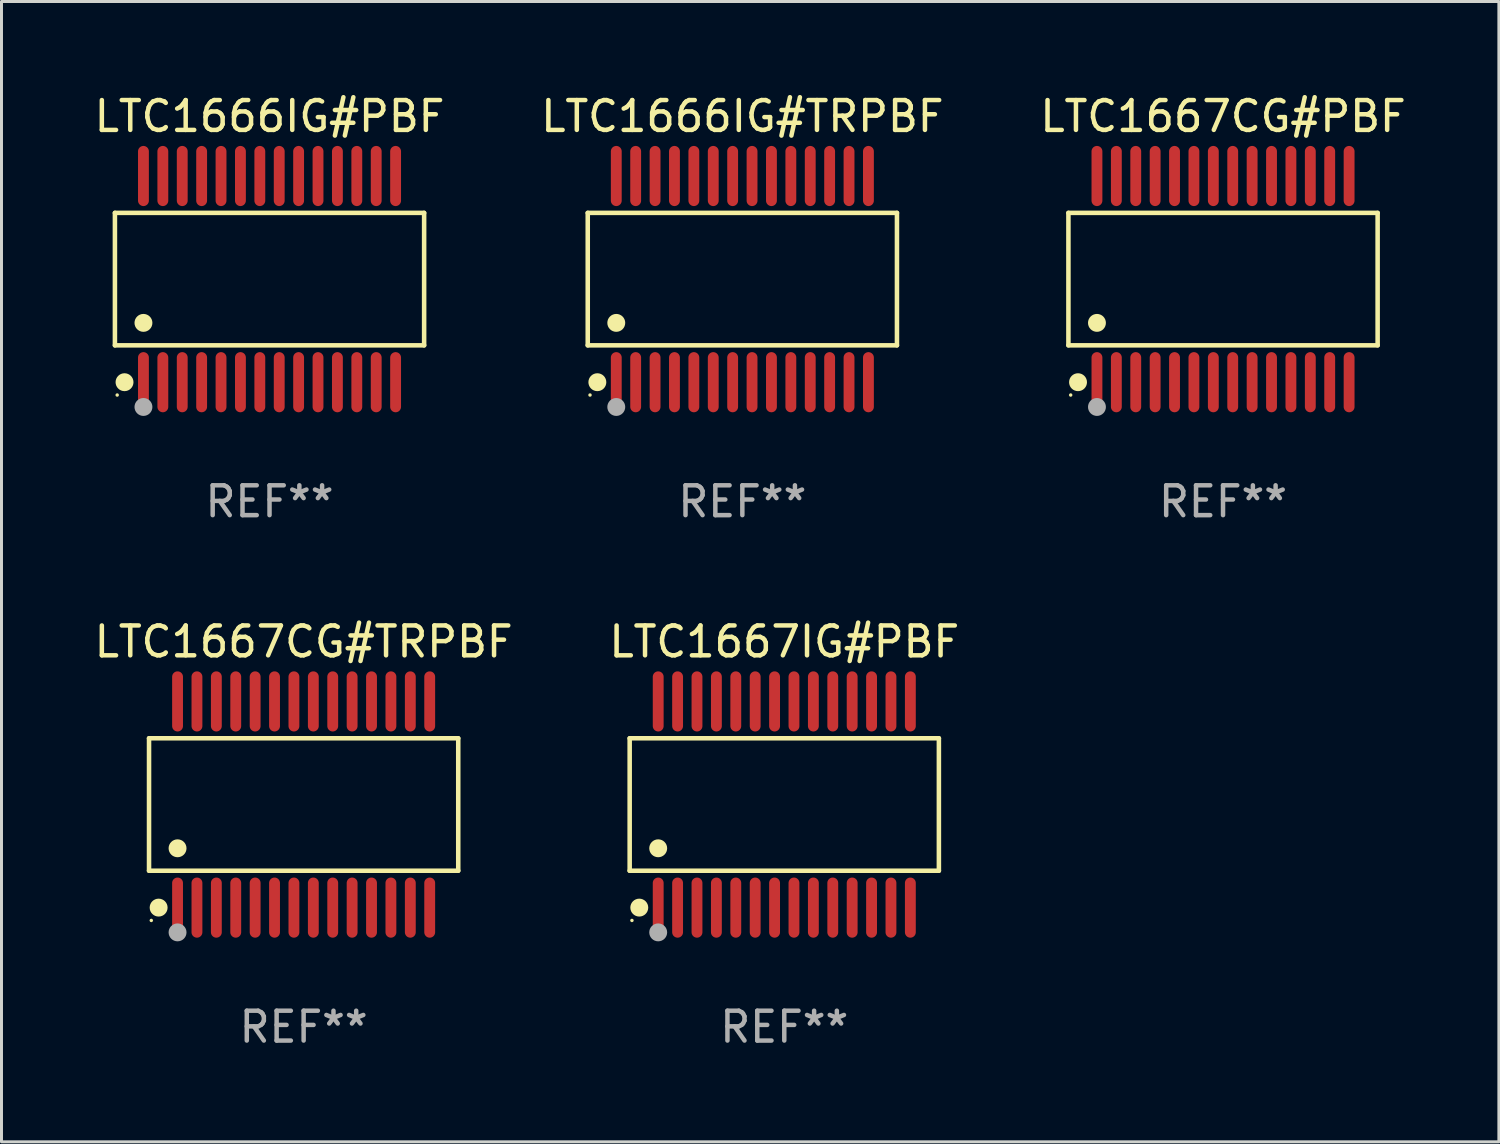
<source format=kicad_pcb>
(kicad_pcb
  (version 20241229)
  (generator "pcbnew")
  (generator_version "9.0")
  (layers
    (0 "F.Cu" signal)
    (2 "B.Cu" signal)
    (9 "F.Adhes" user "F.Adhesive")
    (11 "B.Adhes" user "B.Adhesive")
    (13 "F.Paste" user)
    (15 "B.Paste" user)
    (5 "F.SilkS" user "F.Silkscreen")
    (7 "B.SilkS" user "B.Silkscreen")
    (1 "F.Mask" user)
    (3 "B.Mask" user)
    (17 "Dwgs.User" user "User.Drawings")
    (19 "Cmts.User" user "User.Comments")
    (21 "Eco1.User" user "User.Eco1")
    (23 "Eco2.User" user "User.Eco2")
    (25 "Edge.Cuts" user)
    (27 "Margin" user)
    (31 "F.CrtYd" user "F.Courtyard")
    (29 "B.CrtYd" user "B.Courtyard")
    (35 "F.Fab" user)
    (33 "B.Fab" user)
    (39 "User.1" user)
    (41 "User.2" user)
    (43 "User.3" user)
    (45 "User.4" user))
  (footprint "LTC1667CG#PBF"
    (layer "F.Cu")
    (at 37.935 6.303)
    (property "Reference" "LTC1667CG#PBF" (at 0 -5.455 0) (layer "F.SilkS") (effects (font (size 1 1) (thickness 0.15))))
    (attr through_hole)
    (fp_line (start -5.181 -2.219) (end 5.181 -2.219) (stroke (width 0.152) (type solid)) (layer "F.SilkS"))
    (fp_line (start -5.181 2.219) (end -5.181 -2.219) (stroke (width 0.152) (type solid)) (layer "F.SilkS"))
    (fp_line (start 5.181 -2.219) (end 5.181 2.219) (stroke (width 0.152) (type solid)) (layer "F.SilkS"))
    (fp_line (start 5.181 2.219) (end -5.181 2.219) (stroke (width 0.152) (type solid)) (layer "F.SilkS"))
    (fp_circle (center -5.105 3.885) (end -5.075 3.885) (stroke (width 0.06) (type solid)) (fill no) (layer "F.SilkS"))
    (fp_circle (center -4.859 3.455) (end -4.709 3.455) (stroke (width 0.3) (type solid)) (fill no) (layer "F.SilkS"))
    (fp_circle (center -4.225 1.467) (end -4.075 1.467) (stroke (width 0.3) (type solid)) (fill no) (layer "F.SilkS"))
    (fp_circle (center -4.225 4.285) (end -4.075 4.285) (stroke (width 0.3) (type solid)) (fill no) (layer "F.Fab"))
    (fp_text user "REF**" (at 0 7.455 0) (layer "F.Fab") (effects (font (size 1 1) (thickness 0.15))))
    (pad "1" smd oval (at -4.225 3.455) (size 0.364 2.015) (layers "F.Cu" "F.Mask" "F.Paste"))
    (pad "2" smd oval (at -3.575 3.455) (size 0.364 2.015) (layers "F.Cu" "F.Mask" "F.Paste"))
    (pad "3" smd oval (at -2.925 3.455) (size 0.364 2.015) (layers "F.Cu" "F.Mask" "F.Paste"))
    (pad "4" smd oval (at -2.275 3.455) (size 0.364 2.015) (layers "F.Cu" "F.Mask" "F.Paste"))
    (pad "5" smd oval (at -1.625 3.455) (size 0.364 2.015) (layers "F.Cu" "F.Mask" "F.Paste"))
    (pad "6" smd oval (at -0.975 3.455) (size 0.364 2.015) (layers "F.Cu" "F.Mask" "F.Paste"))
    (pad "7" smd oval (at -0.325 3.455) (size 0.364 2.015) (layers "F.Cu" "F.Mask" "F.Paste"))
    (pad "8" smd oval (at 0.325 3.455) (size 0.364 2.015) (layers "F.Cu" "F.Mask" "F.Paste"))
    (pad "9" smd oval (at 0.975 3.455) (size 0.364 2.015) (layers "F.Cu" "F.Mask" "F.Paste"))
    (pad "10" smd oval (at 1.625 3.455) (size 0.364 2.015) (layers "F.Cu" "F.Mask" "F.Paste"))
    (pad "11" smd oval (at 2.275 3.455) (size 0.364 2.015) (layers "F.Cu" "F.Mask" "F.Paste"))
    (pad "12" smd oval (at 2.925 3.455) (size 0.364 2.015) (layers "F.Cu" "F.Mask" "F.Paste"))
    (pad "13" smd oval (at 3.575 3.455) (size 0.364 2.015) (layers "F.Cu" "F.Mask" "F.Paste"))
    (pad "14" smd oval (at 4.225 3.455) (size 0.364 2.015) (layers "F.Cu" "F.Mask" "F.Paste"))
    (pad "15" smd oval (at 4.225 -3.455) (size 0.364 2.015) (layers "F.Cu" "F.Mask" "F.Paste"))
    (pad "16" smd oval (at 3.575 -3.455) (size 0.364 2.015) (layers "F.Cu" "F.Mask" "F.Paste"))
    (pad "17" smd oval (at 2.925 -3.455) (size 0.364 2.015) (layers "F.Cu" "F.Mask" "F.Paste"))
    (pad "18" smd oval (at 2.275 -3.455) (size 0.364 2.015) (layers "F.Cu" "F.Mask" "F.Paste"))
    (pad "19" smd oval (at 1.625 -3.455) (size 0.364 2.015) (layers "F.Cu" "F.Mask" "F.Paste"))
    (pad "20" smd oval (at 0.975 -3.455) (size 0.364 2.015) (layers "F.Cu" "F.Mask" "F.Paste"))
    (pad "21" smd oval (at 0.325 -3.455) (size 0.364 2.015) (layers "F.Cu" "F.Mask" "F.Paste"))
    (pad "22" smd oval (at -0.325 -3.455) (size 0.364 2.015) (layers "F.Cu" "F.Mask" "F.Paste"))
    (pad "23" smd oval (at -0.975 -3.455) (size 0.364 2.015) (layers "F.Cu" "F.Mask" "F.Paste"))
    (pad "24" smd oval (at -1.625 -3.455) (size 0.364 2.015) (layers "F.Cu" "F.Mask" "F.Paste"))
    (pad "25" smd oval (at -2.275 -3.455) (size 0.364 2.015) (layers "F.Cu" "F.Mask" "F.Paste"))
    (pad "26" smd oval (at -2.925 -3.455) (size 0.364 2.015) (layers "F.Cu" "F.Mask" "F.Paste"))
    (pad "27" smd oval (at -3.575 -3.455) (size 0.364 2.015) (layers "F.Cu" "F.Mask" "F.Paste"))
    (pad "28" smd oval (at -4.225 -3.455) (size 0.364 2.015) (layers "F.Cu" "F.Mask" "F.Paste")))
  (footprint "LTC1667CG#TRPBF"
    (layer "F.Cu")
    (at 7.125 23.91)
    (property "Reference" "LTC1667CG#TRPBF" (at 0 -5.455 0) (layer "F.SilkS") (effects (font (size 1 1) (thickness 0.15))))
    (attr through_hole)
    (fp_line (start -5.181 -2.219) (end 5.181 -2.219) (stroke (width 0.152) (type solid)) (layer "F.SilkS"))
    (fp_line (start -5.181 2.219) (end -5.181 -2.219) (stroke (width 0.152) (type solid)) (layer "F.SilkS"))
    (fp_line (start 5.181 -2.219) (end 5.181 2.219) (stroke (width 0.152) (type solid)) (layer "F.SilkS"))
    (fp_line (start 5.181 2.219) (end -5.181 2.219) (stroke (width 0.152) (type solid)) (layer "F.SilkS"))
    (fp_circle (center -5.105 3.885) (end -5.075 3.885) (stroke (width 0.06) (type solid)) (fill no) (layer "F.SilkS"))
    (fp_circle (center -4.859 3.455) (end -4.709 3.455) (stroke (width 0.3) (type solid)) (fill no) (layer "F.SilkS"))
    (fp_circle (center -4.225 1.467) (end -4.075 1.467) (stroke (width 0.3) (type solid)) (fill no) (layer "F.SilkS"))
    (fp_circle (center -4.225 4.285) (end -4.075 4.285) (stroke (width 0.3) (type solid)) (fill no) (layer "F.Fab"))
    (fp_text user "REF**" (at 0 7.455 0) (layer "F.Fab") (effects (font (size 1 1) (thickness 0.15))))
    (pad "1" smd oval (at -4.225 3.455) (size 0.364 2.015) (layers "F.Cu" "F.Mask" "F.Paste"))
    (pad "2" smd oval (at -3.575 3.455) (size 0.364 2.015) (layers "F.Cu" "F.Mask" "F.Paste"))
    (pad "3" smd oval (at -2.925 3.455) (size 0.364 2.015) (layers "F.Cu" "F.Mask" "F.Paste"))
    (pad "4" smd oval (at -2.275 3.455) (size 0.364 2.015) (layers "F.Cu" "F.Mask" "F.Paste"))
    (pad "5" smd oval (at -1.625 3.455) (size 0.364 2.015) (layers "F.Cu" "F.Mask" "F.Paste"))
    (pad "6" smd oval (at -0.975 3.455) (size 0.364 2.015) (layers "F.Cu" "F.Mask" "F.Paste"))
    (pad "7" smd oval (at -0.325 3.455) (size 0.364 2.015) (layers "F.Cu" "F.Mask" "F.Paste"))
    (pad "8" smd oval (at 0.325 3.455) (size 0.364 2.015) (layers "F.Cu" "F.Mask" "F.Paste"))
    (pad "9" smd oval (at 0.975 3.455) (size 0.364 2.015) (layers "F.Cu" "F.Mask" "F.Paste"))
    (pad "10" smd oval (at 1.625 3.455) (size 0.364 2.015) (layers "F.Cu" "F.Mask" "F.Paste"))
    (pad "11" smd oval (at 2.275 3.455) (size 0.364 2.015) (layers "F.Cu" "F.Mask" "F.Paste"))
    (pad "12" smd oval (at 2.925 3.455) (size 0.364 2.015) (layers "F.Cu" "F.Mask" "F.Paste"))
    (pad "13" smd oval (at 3.575 3.455) (size 0.364 2.015) (layers "F.Cu" "F.Mask" "F.Paste"))
    (pad "14" smd oval (at 4.225 3.455) (size 0.364 2.015) (layers "F.Cu" "F.Mask" "F.Paste"))
    (pad "15" smd oval (at 4.225 -3.455) (size 0.364 2.015) (layers "F.Cu" "F.Mask" "F.Paste"))
    (pad "16" smd oval (at 3.575 -3.455) (size 0.364 2.015) (layers "F.Cu" "F.Mask" "F.Paste"))
    (pad "17" smd oval (at 2.925 -3.455) (size 0.364 2.015) (layers "F.Cu" "F.Mask" "F.Paste"))
    (pad "18" smd oval (at 2.275 -3.455) (size 0.364 2.015) (layers "F.Cu" "F.Mask" "F.Paste"))
    (pad "19" smd oval (at 1.625 -3.455) (size 0.364 2.015) (layers "F.Cu" "F.Mask" "F.Paste"))
    (pad "20" smd oval (at 0.975 -3.455) (size 0.364 2.015) (layers "F.Cu" "F.Mask" "F.Paste"))
    (pad "21" smd oval (at 0.325 -3.455) (size 0.364 2.015) (layers "F.Cu" "F.Mask" "F.Paste"))
    (pad "22" smd oval (at -0.325 -3.455) (size 0.364 2.015) (layers "F.Cu" "F.Mask" "F.Paste"))
    (pad "23" smd oval (at -0.975 -3.455) (size 0.364 2.015) (layers "F.Cu" "F.Mask" "F.Paste"))
    (pad "24" smd oval (at -1.625 -3.455) (size 0.364 2.015) (layers "F.Cu" "F.Mask" "F.Paste"))
    (pad "25" smd oval (at -2.275 -3.455) (size 0.364 2.015) (layers "F.Cu" "F.Mask" "F.Paste"))
    (pad "26" smd oval (at -2.925 -3.455) (size 0.364 2.015) (layers "F.Cu" "F.Mask" "F.Paste"))
    (pad "27" smd oval (at -3.575 -3.455) (size 0.364 2.015) (layers "F.Cu" "F.Mask" "F.Paste"))
    (pad "28" smd oval (at -4.225 -3.455) (size 0.364 2.015) (layers "F.Cu" "F.Mask" "F.Paste")))
  (footprint "LTC1666IG#PBF"
    (layer "F.Cu")
    (at 5.982 6.303)
    (property "Reference" "LTC1666IG#PBF" (at 0 -5.455 0) (layer "F.SilkS") (effects (font (size 1 1) (thickness 0.15))))
    (attr through_hole)
    (fp_line (start -5.181 -2.219) (end 5.181 -2.219) (stroke (width 0.152) (type solid)) (layer "F.SilkS"))
    (fp_line (start -5.181 2.219) (end -5.181 -2.219) (stroke (width 0.152) (type solid)) (layer "F.SilkS"))
    (fp_line (start 5.181 -2.219) (end 5.181 2.219) (stroke (width 0.152) (type solid)) (layer "F.SilkS"))
    (fp_line (start 5.181 2.219) (end -5.181 2.219) (stroke (width 0.152) (type solid)) (layer "F.SilkS"))
    (fp_circle (center -5.105 3.885) (end -5.075 3.885) (stroke (width 0.06) (type solid)) (fill no) (layer "F.SilkS"))
    (fp_circle (center -4.859 3.455) (end -4.709 3.455) (stroke (width 0.3) (type solid)) (fill no) (layer "F.SilkS"))
    (fp_circle (center -4.225 1.467) (end -4.075 1.467) (stroke (width 0.3) (type solid)) (fill no) (layer "F.SilkS"))
    (fp_circle (center -4.225 4.285) (end -4.075 4.285) (stroke (width 0.3) (type solid)) (fill no) (layer "F.Fab"))
    (fp_text user "REF**" (at 0 7.455 0) (layer "F.Fab") (effects (font (size 1 1) (thickness 0.15))))
    (pad "1" smd oval (at -4.225 3.455) (size 0.364 2.015) (layers "F.Cu" "F.Mask" "F.Paste"))
    (pad "2" smd oval (at -3.575 3.455) (size 0.364 2.015) (layers "F.Cu" "F.Mask" "F.Paste"))
    (pad "3" smd oval (at -2.925 3.455) (size 0.364 2.015) (layers "F.Cu" "F.Mask" "F.Paste"))
    (pad "4" smd oval (at -2.275 3.455) (size 0.364 2.015) (layers "F.Cu" "F.Mask" "F.Paste"))
    (pad "5" smd oval (at -1.625 3.455) (size 0.364 2.015) (layers "F.Cu" "F.Mask" "F.Paste"))
    (pad "6" smd oval (at -0.975 3.455) (size 0.364 2.015) (layers "F.Cu" "F.Mask" "F.Paste"))
    (pad "7" smd oval (at -0.325 3.455) (size 0.364 2.015) (layers "F.Cu" "F.Mask" "F.Paste"))
    (pad "8" smd oval (at 0.325 3.455) (size 0.364 2.015) (layers "F.Cu" "F.Mask" "F.Paste"))
    (pad "9" smd oval (at 0.975 3.455) (size 0.364 2.015) (layers "F.Cu" "F.Mask" "F.Paste"))
    (pad "10" smd oval (at 1.625 3.455) (size 0.364 2.015) (layers "F.Cu" "F.Mask" "F.Paste"))
    (pad "11" smd oval (at 2.275 3.455) (size 0.364 2.015) (layers "F.Cu" "F.Mask" "F.Paste"))
    (pad "12" smd oval (at 2.925 3.455) (size 0.364 2.015) (layers "F.Cu" "F.Mask" "F.Paste"))
    (pad "13" smd oval (at 3.575 3.455) (size 0.364 2.015) (layers "F.Cu" "F.Mask" "F.Paste"))
    (pad "14" smd oval (at 4.225 3.455) (size 0.364 2.015) (layers "F.Cu" "F.Mask" "F.Paste"))
    (pad "15" smd oval (at 4.225 -3.455) (size 0.364 2.015) (layers "F.Cu" "F.Mask" "F.Paste"))
    (pad "16" smd oval (at 3.575 -3.455) (size 0.364 2.015) (layers "F.Cu" "F.Mask" "F.Paste"))
    (pad "17" smd oval (at 2.925 -3.455) (size 0.364 2.015) (layers "F.Cu" "F.Mask" "F.Paste"))
    (pad "18" smd oval (at 2.275 -3.455) (size 0.364 2.015) (layers "F.Cu" "F.Mask" "F.Paste"))
    (pad "19" smd oval (at 1.625 -3.455) (size 0.364 2.015) (layers "F.Cu" "F.Mask" "F.Paste"))
    (pad "20" smd oval (at 0.975 -3.455) (size 0.364 2.015) (layers "F.Cu" "F.Mask" "F.Paste"))
    (pad "21" smd oval (at 0.325 -3.455) (size 0.364 2.015) (layers "F.Cu" "F.Mask" "F.Paste"))
    (pad "22" smd oval (at -0.325 -3.455) (size 0.364 2.015) (layers "F.Cu" "F.Mask" "F.Paste"))
    (pad "23" smd oval (at -0.975 -3.455) (size 0.364 2.015) (layers "F.Cu" "F.Mask" "F.Paste"))
    (pad "24" smd oval (at -1.625 -3.455) (size 0.364 2.015) (layers "F.Cu" "F.Mask" "F.Paste"))
    (pad "25" smd oval (at -2.275 -3.455) (size 0.364 2.015) (layers "F.Cu" "F.Mask" "F.Paste"))
    (pad "26" smd oval (at -2.925 -3.455) (size 0.364 2.015) (layers "F.Cu" "F.Mask" "F.Paste"))
    (pad "27" smd oval (at -3.575 -3.455) (size 0.364 2.015) (layers "F.Cu" "F.Mask" "F.Paste"))
    (pad "28" smd oval (at -4.225 -3.455) (size 0.364 2.015) (layers "F.Cu" "F.Mask" "F.Paste")))
  (footprint "LTC1666IG#TRPBF"
    (layer "F.Cu")
    (at 21.827 6.303)
    (property "Reference" "LTC1666IG#TRPBF" (at 0 -5.455 0) (layer "F.SilkS") (effects (font (size 1 1) (thickness 0.15))))
    (attr through_hole)
    (fp_line (start -5.181 -2.219) (end 5.181 -2.219) (stroke (width 0.152) (type solid)) (layer "F.SilkS"))
    (fp_line (start -5.181 2.219) (end -5.181 -2.219) (stroke (width 0.152) (type solid)) (layer "F.SilkS"))
    (fp_line (start 5.181 -2.219) (end 5.181 2.219) (stroke (width 0.152) (type solid)) (layer "F.SilkS"))
    (fp_line (start 5.181 2.219) (end -5.181 2.219) (stroke (width 0.152) (type solid)) (layer "F.SilkS"))
    (fp_circle (center -5.105 3.885) (end -5.075 3.885) (stroke (width 0.06) (type solid)) (fill no) (layer "F.SilkS"))
    (fp_circle (center -4.859 3.455) (end -4.709 3.455) (stroke (width 0.3) (type solid)) (fill no) (layer "F.SilkS"))
    (fp_circle (center -4.225 1.467) (end -4.075 1.467) (stroke (width 0.3) (type solid)) (fill no) (layer "F.SilkS"))
    (fp_circle (center -4.225 4.285) (end -4.075 4.285) (stroke (width 0.3) (type solid)) (fill no) (layer "F.Fab"))
    (fp_text user "REF**" (at 0 7.455 0) (layer "F.Fab") (effects (font (size 1 1) (thickness 0.15))))
    (pad "1" smd oval (at -4.225 3.455) (size 0.364 2.015) (layers "F.Cu" "F.Mask" "F.Paste"))
    (pad "2" smd oval (at -3.575 3.455) (size 0.364 2.015) (layers "F.Cu" "F.Mask" "F.Paste"))
    (pad "3" smd oval (at -2.925 3.455) (size 0.364 2.015) (layers "F.Cu" "F.Mask" "F.Paste"))
    (pad "4" smd oval (at -2.275 3.455) (size 0.364 2.015) (layers "F.Cu" "F.Mask" "F.Paste"))
    (pad "5" smd oval (at -1.625 3.455) (size 0.364 2.015) (layers "F.Cu" "F.Mask" "F.Paste"))
    (pad "6" smd oval (at -0.975 3.455) (size 0.364 2.015) (layers "F.Cu" "F.Mask" "F.Paste"))
    (pad "7" smd oval (at -0.325 3.455) (size 0.364 2.015) (layers "F.Cu" "F.Mask" "F.Paste"))
    (pad "8" smd oval (at 0.325 3.455) (size 0.364 2.015) (layers "F.Cu" "F.Mask" "F.Paste"))
    (pad "9" smd oval (at 0.975 3.455) (size 0.364 2.015) (layers "F.Cu" "F.Mask" "F.Paste"))
    (pad "10" smd oval (at 1.625 3.455) (size 0.364 2.015) (layers "F.Cu" "F.Mask" "F.Paste"))
    (pad "11" smd oval (at 2.275 3.455) (size 0.364 2.015) (layers "F.Cu" "F.Mask" "F.Paste"))
    (pad "12" smd oval (at 2.925 3.455) (size 0.364 2.015) (layers "F.Cu" "F.Mask" "F.Paste"))
    (pad "13" smd oval (at 3.575 3.455) (size 0.364 2.015) (layers "F.Cu" "F.Mask" "F.Paste"))
    (pad "14" smd oval (at 4.225 3.455) (size 0.364 2.015) (layers "F.Cu" "F.Mask" "F.Paste"))
    (pad "15" smd oval (at 4.225 -3.455) (size 0.364 2.015) (layers "F.Cu" "F.Mask" "F.Paste"))
    (pad "16" smd oval (at 3.575 -3.455) (size 0.364 2.015) (layers "F.Cu" "F.Mask" "F.Paste"))
    (pad "17" smd oval (at 2.925 -3.455) (size 0.364 2.015) (layers "F.Cu" "F.Mask" "F.Paste"))
    (pad "18" smd oval (at 2.275 -3.455) (size 0.364 2.015) (layers "F.Cu" "F.Mask" "F.Paste"))
    (pad "19" smd oval (at 1.625 -3.455) (size 0.364 2.015) (layers "F.Cu" "F.Mask" "F.Paste"))
    (pad "20" smd oval (at 0.975 -3.455) (size 0.364 2.015) (layers "F.Cu" "F.Mask" "F.Paste"))
    (pad "21" smd oval (at 0.325 -3.455) (size 0.364 2.015) (layers "F.Cu" "F.Mask" "F.Paste"))
    (pad "22" smd oval (at -0.325 -3.455) (size 0.364 2.015) (layers "F.Cu" "F.Mask" "F.Paste"))
    (pad "23" smd oval (at -0.975 -3.455) (size 0.364 2.015) (layers "F.Cu" "F.Mask" "F.Paste"))
    (pad "24" smd oval (at -1.625 -3.455) (size 0.364 2.015) (layers "F.Cu" "F.Mask" "F.Paste"))
    (pad "25" smd oval (at -2.275 -3.455) (size 0.364 2.015) (layers "F.Cu" "F.Mask" "F.Paste"))
    (pad "26" smd oval (at -2.925 -3.455) (size 0.364 2.015) (layers "F.Cu" "F.Mask" "F.Paste"))
    (pad "27" smd oval (at -3.575 -3.455) (size 0.364 2.015) (layers "F.Cu" "F.Mask" "F.Paste"))
    (pad "28" smd oval (at -4.225 -3.455) (size 0.364 2.015) (layers "F.Cu" "F.Mask" "F.Paste")))
  (footprint "LTC1667IG#PBF"
    (layer "F.Cu")
    (at 23.232 23.91)
    (property "Reference" "LTC1667IG#PBF" (at 0 -5.455 0) (layer "F.SilkS") (effects (font (size 1 1) (thickness 0.15))))
    (attr through_hole)
    (fp_line (start -5.181 -2.219) (end 5.181 -2.219) (stroke (width 0.152) (type solid)) (layer "F.SilkS"))
    (fp_line (start -5.181 2.219) (end -5.181 -2.219) (stroke (width 0.152) (type solid)) (layer "F.SilkS"))
    (fp_line (start 5.181 -2.219) (end 5.181 2.219) (stroke (width 0.152) (type solid)) (layer "F.SilkS"))
    (fp_line (start 5.181 2.219) (end -5.181 2.219) (stroke (width 0.152) (type solid)) (layer "F.SilkS"))
    (fp_circle (center -5.105 3.885) (end -5.075 3.885) (stroke (width 0.06) (type solid)) (fill no) (layer "F.SilkS"))
    (fp_circle (center -4.859 3.455) (end -4.709 3.455) (stroke (width 0.3) (type solid)) (fill no) (layer "F.SilkS"))
    (fp_circle (center -4.225 1.467) (end -4.075 1.467) (stroke (width 0.3) (type solid)) (fill no) (layer "F.SilkS"))
    (fp_circle (center -4.225 4.285) (end -4.075 4.285) (stroke (width 0.3) (type solid)) (fill no) (layer "F.Fab"))
    (fp_text user "REF**" (at 0 7.455 0) (layer "F.Fab") (effects (font (size 1 1) (thickness 0.15))))
    (pad "1" smd oval (at -4.225 3.455) (size 0.364 2.015) (layers "F.Cu" "F.Mask" "F.Paste"))
    (pad "2" smd oval (at -3.575 3.455) (size 0.364 2.015) (layers "F.Cu" "F.Mask" "F.Paste"))
    (pad "3" smd oval (at -2.925 3.455) (size 0.364 2.015) (layers "F.Cu" "F.Mask" "F.Paste"))
    (pad "4" smd oval (at -2.275 3.455) (size 0.364 2.015) (layers "F.Cu" "F.Mask" "F.Paste"))
    (pad "5" smd oval (at -1.625 3.455) (size 0.364 2.015) (layers "F.Cu" "F.Mask" "F.Paste"))
    (pad "6" smd oval (at -0.975 3.455) (size 0.364 2.015) (layers "F.Cu" "F.Mask" "F.Paste"))
    (pad "7" smd oval (at -0.325 3.455) (size 0.364 2.015) (layers "F.Cu" "F.Mask" "F.Paste"))
    (pad "8" smd oval (at 0.325 3.455) (size 0.364 2.015) (layers "F.Cu" "F.Mask" "F.Paste"))
    (pad "9" smd oval (at 0.975 3.455) (size 0.364 2.015) (layers "F.Cu" "F.Mask" "F.Paste"))
    (pad "10" smd oval (at 1.625 3.455) (size 0.364 2.015) (layers "F.Cu" "F.Mask" "F.Paste"))
    (pad "11" smd oval (at 2.275 3.455) (size 0.364 2.015) (layers "F.Cu" "F.Mask" "F.Paste"))
    (pad "12" smd oval (at 2.925 3.455) (size 0.364 2.015) (layers "F.Cu" "F.Mask" "F.Paste"))
    (pad "13" smd oval (at 3.575 3.455) (size 0.364 2.015) (layers "F.Cu" "F.Mask" "F.Paste"))
    (pad "14" smd oval (at 4.225 3.455) (size 0.364 2.015) (layers "F.Cu" "F.Mask" "F.Paste"))
    (pad "15" smd oval (at 4.225 -3.455) (size 0.364 2.015) (layers "F.Cu" "F.Mask" "F.Paste"))
    (pad "16" smd oval (at 3.575 -3.455) (size 0.364 2.015) (layers "F.Cu" "F.Mask" "F.Paste"))
    (pad "17" smd oval (at 2.925 -3.455) (size 0.364 2.015) (layers "F.Cu" "F.Mask" "F.Paste"))
    (pad "18" smd oval (at 2.275 -3.455) (size 0.364 2.015) (layers "F.Cu" "F.Mask" "F.Paste"))
    (pad "19" smd oval (at 1.625 -3.455) (size 0.364 2.015) (layers "F.Cu" "F.Mask" "F.Paste"))
    (pad "20" smd oval (at 0.975 -3.455) (size 0.364 2.015) (layers "F.Cu" "F.Mask" "F.Paste"))
    (pad "21" smd oval (at 0.325 -3.455) (size 0.364 2.015) (layers "F.Cu" "F.Mask" "F.Paste"))
    (pad "22" smd oval (at -0.325 -3.455) (size 0.364 2.015) (layers "F.Cu" "F.Mask" "F.Paste"))
    (pad "23" smd oval (at -0.975 -3.455) (size 0.364 2.015) (layers "F.Cu" "F.Mask" "F.Paste"))
    (pad "24" smd oval (at -1.625 -3.455) (size 0.364 2.015) (layers "F.Cu" "F.Mask" "F.Paste"))
    (pad "25" smd oval (at -2.275 -3.455) (size 0.364 2.015) (layers "F.Cu" "F.Mask" "F.Paste"))
    (pad "26" smd oval (at -2.925 -3.455) (size 0.364 2.015) (layers "F.Cu" "F.Mask" "F.Paste"))
    (pad "27" smd oval (at -3.575 -3.455) (size 0.364 2.015) (layers "F.Cu" "F.Mask" "F.Paste"))
    (pad "28" smd oval (at -4.225 -3.455) (size 0.364 2.015) (layers "F.Cu" "F.Mask" "F.Paste")))
  (gr_rect
    (start -3 -3)
    (end 47.179 35.214)
    (stroke (width 0.1) (type default))
    (fill no)
    (layer "Edge.Cuts")))
</source>
